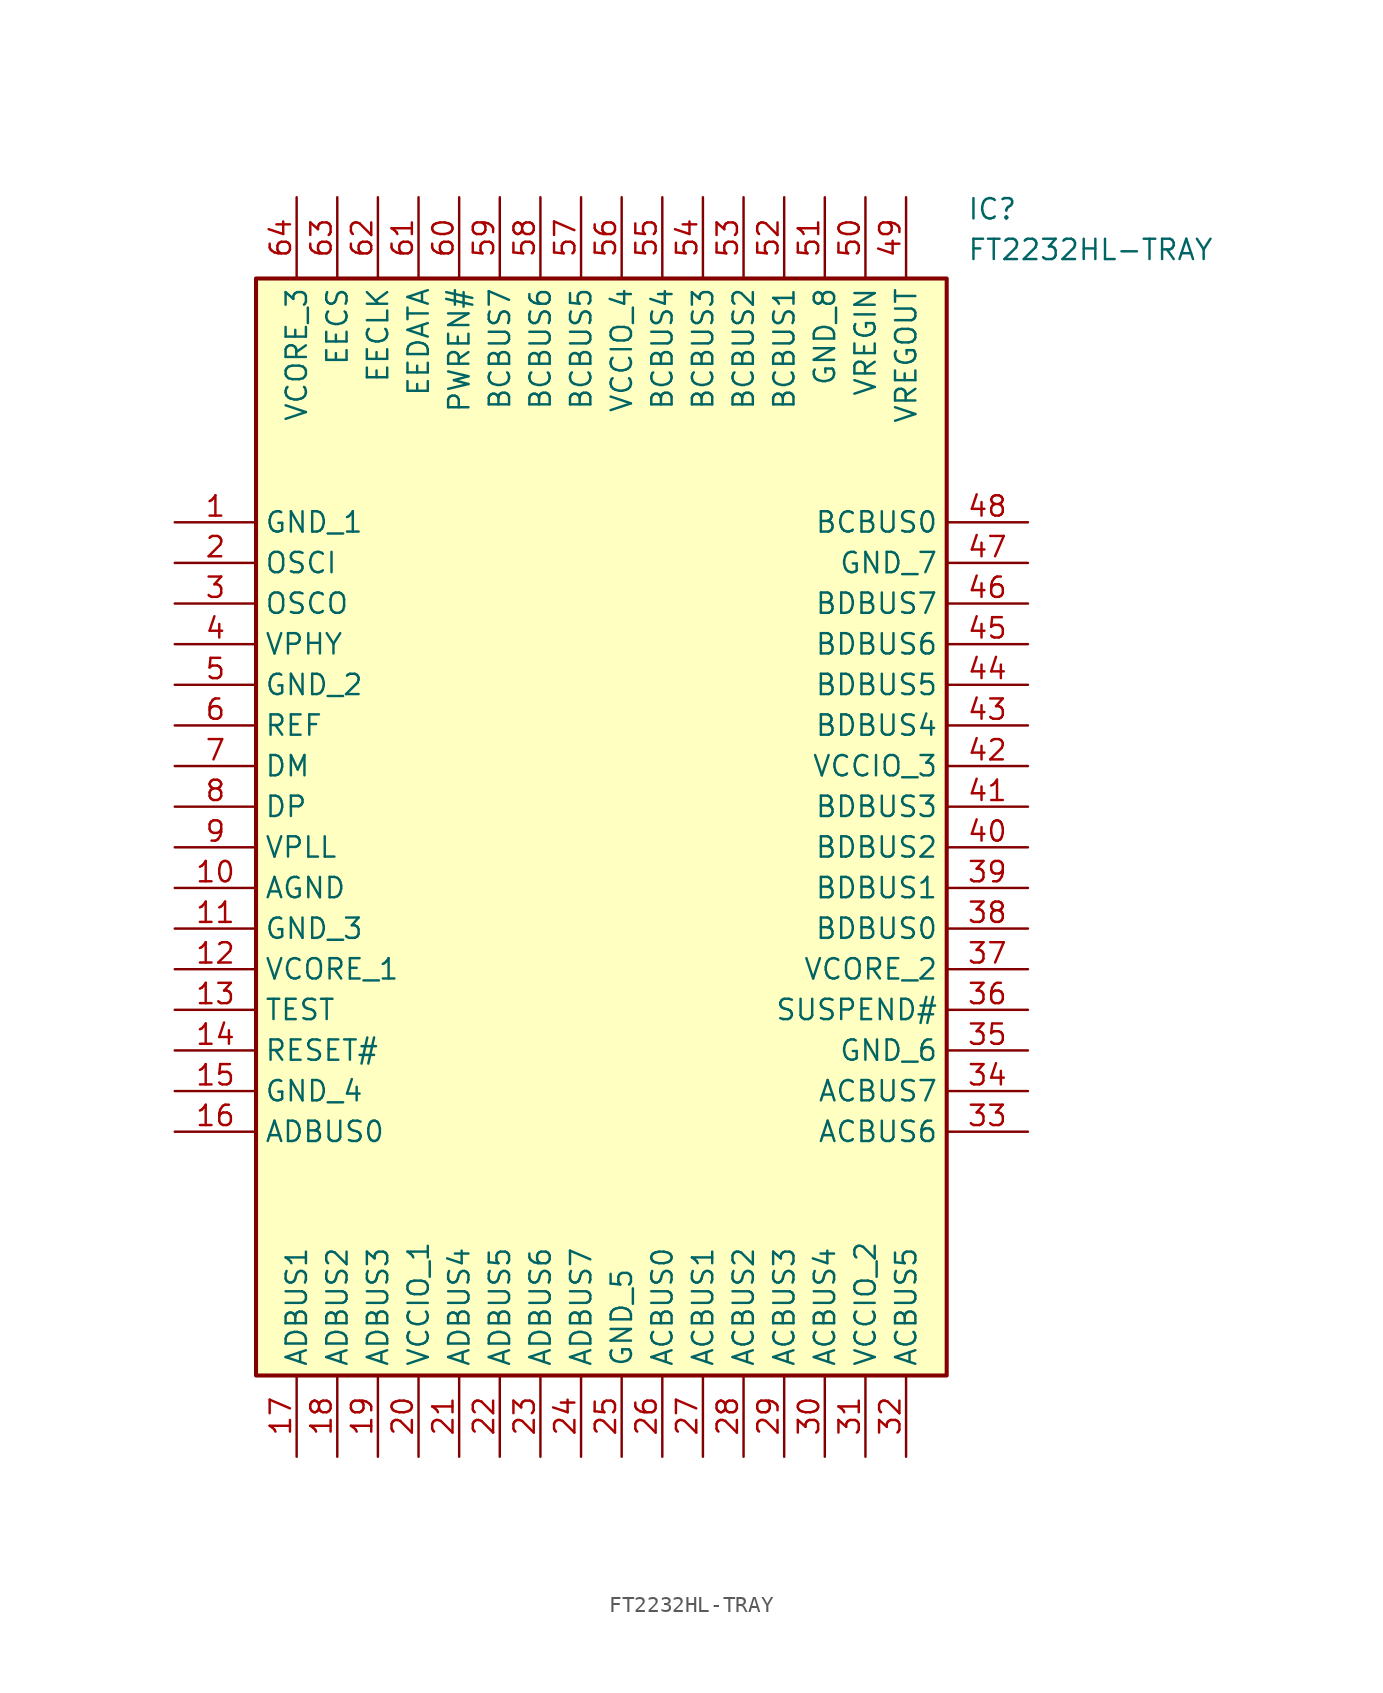
<source format=kicad_sym>
(kicad_symbol_lib
  (version 20211014)
  (generator SamacSys_ECAD_Model)
  (symbol "FT2232HL-TRAY"
    (property "Reference" "IC"
      (at 49.53 20.32 0)
      (effects (font (size 1.27 1.27)) (justify left top)))
    (property "Value" "FT2232HL-TRAY"
      (at 49.53 17.78 0)
      (effects (font (size 1.27 1.27)) (justify left top)))
    (rectangle
      (start 5.08 15.24)
      (end 48.26 -53.34)
      (stroke (width 0.254) (type default))
      (fill (type background)))
    (pin passive line
      (at 0 0 0)
      (length 5.08)
      (name "GND_1" (effects (font (size 1.27 1.27))))
      (number "1" (effects (font (size 1.27 1.27)))))
    (pin passive line
      (at 0 -2.54 0)
      (length 5.08)
      (name "OSCI" (effects (font (size 1.27 1.27))))
      (number "2" (effects (font (size 1.27 1.27)))))
    (pin passive line
      (at 0 -5.08 0)
      (length 5.08)
      (name "OSCO" (effects (font (size 1.27 1.27))))
      (number "3" (effects (font (size 1.27 1.27)))))
    (pin passive line
      (at 0 -7.62 0)
      (length 5.08)
      (name "VPHY" (effects (font (size 1.27 1.27))))
      (number "4" (effects (font (size 1.27 1.27)))))
    (pin passive line
      (at 0 -10.16 0)
      (length 5.08)
      (name "GND_2" (effects (font (size 1.27 1.27))))
      (number "5" (effects (font (size 1.27 1.27)))))
    (pin passive line
      (at 0 -12.7 0)
      (length 5.08)
      (name "REF" (effects (font (size 1.27 1.27))))
      (number "6" (effects (font (size 1.27 1.27)))))
    (pin passive line
      (at 0 -15.24 0)
      (length 5.08)
      (name "DM" (effects (font (size 1.27 1.27))))
      (number "7" (effects (font (size 1.27 1.27)))))
    (pin passive line
      (at 0 -17.78 0)
      (length 5.08)
      (name "DP" (effects (font (size 1.27 1.27))))
      (number "8" (effects (font (size 1.27 1.27)))))
    (pin passive line
      (at 0 -20.32 0)
      (length 5.08)
      (name "VPLL" (effects (font (size 1.27 1.27))))
      (number "9" (effects (font (size 1.27 1.27)))))
    (pin passive line
      (at 0 -22.86 0)
      (length 5.08)
      (name "AGND" (effects (font (size 1.27 1.27))))
      (number "10" (effects (font (size 1.27 1.27)))))
    (pin passive line
      (at 0 -25.4 0)
      (length 5.08)
      (name "GND_3" (effects (font (size 1.27 1.27))))
      (number "11" (effects (font (size 1.27 1.27)))))
    (pin passive line
      (at 0 -27.94 0)
      (length 5.08)
      (name "VCORE_1" (effects (font (size 1.27 1.27))))
      (number "12" (effects (font (size 1.27 1.27)))))
    (pin passive line
      (at 0 -30.48 0)
      (length 5.08)
      (name "TEST" (effects (font (size 1.27 1.27))))
      (number "13" (effects (font (size 1.27 1.27)))))
    (pin passive line
      (at 0 -33.02 0)
      (length 5.08)
      (name "RESET#" (effects (font (size 1.27 1.27))))
      (number "14" (effects (font (size 1.27 1.27)))))
    (pin passive line
      (at 0 -35.56 0)
      (length 5.08)
      (name "GND_4" (effects (font (size 1.27 1.27))))
      (number "15" (effects (font (size 1.27 1.27)))))
    (pin passive line
      (at 0 -38.1 0)
      (length 5.08)
      (name "ADBUS0" (effects (font (size 1.27 1.27))))
      (number "16" (effects (font (size 1.27 1.27)))))
    (pin passive line
      (at 7.62 -58.42 90)
      (length 5.08)
      (name "ADBUS1" (effects (font (size 1.27 1.27))))
      (number "17" (effects (font (size 1.27 1.27)))))
    (pin passive line
      (at 10.16 -58.42 90)
      (length 5.08)
      (name "ADBUS2" (effects (font (size 1.27 1.27))))
      (number "18" (effects (font (size 1.27 1.27)))))
    (pin passive line
      (at 12.7 -58.42 90)
      (length 5.08)
      (name "ADBUS3" (effects (font (size 1.27 1.27))))
      (number "19" (effects (font (size 1.27 1.27)))))
    (pin passive line
      (at 15.24 -58.42 90)
      (length 5.08)
      (name "VCCIO_1" (effects (font (size 1.27 1.27))))
      (number "20" (effects (font (size 1.27 1.27)))))
    (pin passive line
      (at 17.78 -58.42 90)
      (length 5.08)
      (name "ADBUS4" (effects (font (size 1.27 1.27))))
      (number "21" (effects (font (size 1.27 1.27)))))
    (pin passive line
      (at 20.32 -58.42 90)
      (length 5.08)
      (name "ADBUS5" (effects (font (size 1.27 1.27))))
      (number "22" (effects (font (size 1.27 1.27)))))
    (pin passive line
      (at 22.86 -58.42 90)
      (length 5.08)
      (name "ADBUS6" (effects (font (size 1.27 1.27))))
      (number "23" (effects (font (size 1.27 1.27)))))
    (pin passive line
      (at 25.4 -58.42 90)
      (length 5.08)
      (name "ADBUS7" (effects (font (size 1.27 1.27))))
      (number "24" (effects (font (size 1.27 1.27)))))
    (pin passive line
      (at 27.94 -58.42 90)
      (length 5.08)
      (name "GND_5" (effects (font (size 1.27 1.27))))
      (number "25" (effects (font (size 1.27 1.27)))))
    (pin passive line
      (at 30.48 -58.42 90)
      (length 5.08)
      (name "ACBUS0" (effects (font (size 1.27 1.27))))
      (number "26" (effects (font (size 1.27 1.27)))))
    (pin passive line
      (at 33.02 -58.42 90)
      (length 5.08)
      (name "ACBUS1" (effects (font (size 1.27 1.27))))
      (number "27" (effects (font (size 1.27 1.27)))))
    (pin passive line
      (at 35.56 -58.42 90)
      (length 5.08)
      (name "ACBUS2" (effects (font (size 1.27 1.27))))
      (number "28" (effects (font (size 1.27 1.27)))))
    (pin passive line
      (at 38.1 -58.42 90)
      (length 5.08)
      (name "ACBUS3" (effects (font (size 1.27 1.27))))
      (number "29" (effects (font (size 1.27 1.27)))))
    (pin passive line
      (at 40.64 -58.42 90)
      (length 5.08)
      (name "ACBUS4" (effects (font (size 1.27 1.27))))
      (number "30" (effects (font (size 1.27 1.27)))))
    (pin passive line
      (at 43.18 -58.42 90)
      (length 5.08)
      (name "VCCIO_2" (effects (font (size 1.27 1.27))))
      (number "31" (effects (font (size 1.27 1.27)))))
    (pin passive line
      (at 45.72 -58.42 90)
      (length 5.08)
      (name "ACBUS5" (effects (font (size 1.27 1.27))))
      (number "32" (effects (font (size 1.27 1.27)))))
    (pin passive line
      (at 53.34 0 180)
      (length 5.08)
      (name "BCBUS0" (effects (font (size 1.27 1.27))))
      (number "48" (effects (font (size 1.27 1.27)))))
    (pin passive line
      (at 53.34 -2.54 180)
      (length 5.08)
      (name "GND_7" (effects (font (size 1.27 1.27))))
      (number "47" (effects (font (size 1.27 1.27)))))
    (pin passive line
      (at 53.34 -5.08 180)
      (length 5.08)
      (name "BDBUS7" (effects (font (size 1.27 1.27))))
      (number "46" (effects (font (size 1.27 1.27)))))
    (pin passive line
      (at 53.34 -7.62 180)
      (length 5.08)
      (name "BDBUS6" (effects (font (size 1.27 1.27))))
      (number "45" (effects (font (size 1.27 1.27)))))
    (pin passive line
      (at 53.34 -10.16 180)
      (length 5.08)
      (name "BDBUS5" (effects (font (size 1.27 1.27))))
      (number "44" (effects (font (size 1.27 1.27)))))
    (pin passive line
      (at 53.34 -12.7 180)
      (length 5.08)
      (name "BDBUS4" (effects (font (size 1.27 1.27))))
      (number "43" (effects (font (size 1.27 1.27)))))
    (pin passive line
      (at 53.34 -15.24 180)
      (length 5.08)
      (name "VCCIO_3" (effects (font (size 1.27 1.27))))
      (number "42" (effects (font (size 1.27 1.27)))))
    (pin passive line
      (at 53.34 -17.78 180)
      (length 5.08)
      (name "BDBUS3" (effects (font (size 1.27 1.27))))
      (number "41" (effects (font (size 1.27 1.27)))))
    (pin passive line
      (at 53.34 -20.32 180)
      (length 5.08)
      (name "BDBUS2" (effects (font (size 1.27 1.27))))
      (number "40" (effects (font (size 1.27 1.27)))))
    (pin passive line
      (at 53.34 -22.86 180)
      (length 5.08)
      (name "BDBUS1" (effects (font (size 1.27 1.27))))
      (number "39" (effects (font (size 1.27 1.27)))))
    (pin passive line
      (at 53.34 -25.4 180)
      (length 5.08)
      (name "BDBUS0" (effects (font (size 1.27 1.27))))
      (number "38" (effects (font (size 1.27 1.27)))))
    (pin passive line
      (at 53.34 -27.94 180)
      (length 5.08)
      (name "VCORE_2" (effects (font (size 1.27 1.27))))
      (number "37" (effects (font (size 1.27 1.27)))))
    (pin passive line
      (at 53.34 -30.48 180)
      (length 5.08)
      (name "SUSPEND#" (effects (font (size 1.27 1.27))))
      (number "36" (effects (font (size 1.27 1.27)))))
    (pin passive line
      (at 53.34 -33.02 180)
      (length 5.08)
      (name "GND_6" (effects (font (size 1.27 1.27))))
      (number "35" (effects (font (size 1.27 1.27)))))
    (pin passive line
      (at 53.34 -35.56 180)
      (length 5.08)
      (name "ACBUS7" (effects (font (size 1.27 1.27))))
      (number "34" (effects (font (size 1.27 1.27)))))
    (pin passive line
      (at 53.34 -38.1 180)
      (length 5.08)
      (name "ACBUS6" (effects (font (size 1.27 1.27))))
      (number "33" (effects (font (size 1.27 1.27)))))
    (pin passive line
      (at 7.62 20.32 270)
      (length 5.08)
      (name "VCORE_3" (effects (font (size 1.27 1.27))))
      (number "64" (effects (font (size 1.27 1.27)))))
    (pin passive line
      (at 10.16 20.32 270)
      (length 5.08)
      (name "EECS" (effects (font (size 1.27 1.27))))
      (number "63" (effects (font (size 1.27 1.27)))))
    (pin passive line
      (at 12.7 20.32 270)
      (length 5.08)
      (name "EECLK" (effects (font (size 1.27 1.27))))
      (number "62" (effects (font (size 1.27 1.27)))))
    (pin passive line
      (at 15.24 20.32 270)
      (length 5.08)
      (name "EEDATA" (effects (font (size 1.27 1.27))))
      (number "61" (effects (font (size 1.27 1.27)))))
    (pin passive line
      (at 17.78 20.32 270)
      (length 5.08)
      (name "PWREN#" (effects (font (size 1.27 1.27))))
      (number "60" (effects (font (size 1.27 1.27)))))
    (pin passive line
      (at 20.32 20.32 270)
      (length 5.08)
      (name "BCBUS7" (effects (font (size 1.27 1.27))))
      (number "59" (effects (font (size 1.27 1.27)))))
    (pin passive line
      (at 22.86 20.32 270)
      (length 5.08)
      (name "BCBUS6" (effects (font (size 1.27 1.27))))
      (number "58" (effects (font (size 1.27 1.27)))))
    (pin passive line
      (at 25.4 20.32 270)
      (length 5.08)
      (name "BCBUS5" (effects (font (size 1.27 1.27))))
      (number "57" (effects (font (size 1.27 1.27)))))
    (pin passive line
      (at 27.94 20.32 270)
      (length 5.08)
      (name "VCCIO_4" (effects (font (size 1.27 1.27))))
      (number "56" (effects (font (size 1.27 1.27)))))
    (pin passive line
      (at 30.48 20.32 270)
      (length 5.08)
      (name "BCBUS4" (effects (font (size 1.27 1.27))))
      (number "55" (effects (font (size 1.27 1.27)))))
    (pin passive line
      (at 33.02 20.32 270)
      (length 5.08)
      (name "BCBUS3" (effects (font (size 1.27 1.27))))
      (number "54" (effects (font (size 1.27 1.27)))))
    (pin passive line
      (at 35.56 20.32 270)
      (length 5.08)
      (name "BCBUS2" (effects (font (size 1.27 1.27))))
      (number "53" (effects (font (size 1.27 1.27)))))
    (pin passive line
      (at 38.1 20.32 270)
      (length 5.08)
      (name "BCBUS1" (effects (font (size 1.27 1.27))))
      (number "52" (effects (font (size 1.27 1.27)))))
    (pin passive line
      (at 40.64 20.32 270)
      (length 5.08)
      (name "GND_8" (effects (font (size 1.27 1.27))))
      (number "51" (effects (font (size 1.27 1.27)))))
    (pin passive line
      (at 43.18 20.32 270)
      (length 5.08)
      (name "VREGIN" (effects (font (size 1.27 1.27))))
      (number "50" (effects (font (size 1.27 1.27)))))
    (pin passive line
      (at 45.72 20.32 270)
      (length 5.08)
      (name "VREGOUT" (effects (font (size 1.27 1.27))))
      (number "49" (effects (font (size 1.27 1.27)))))))
</source>
